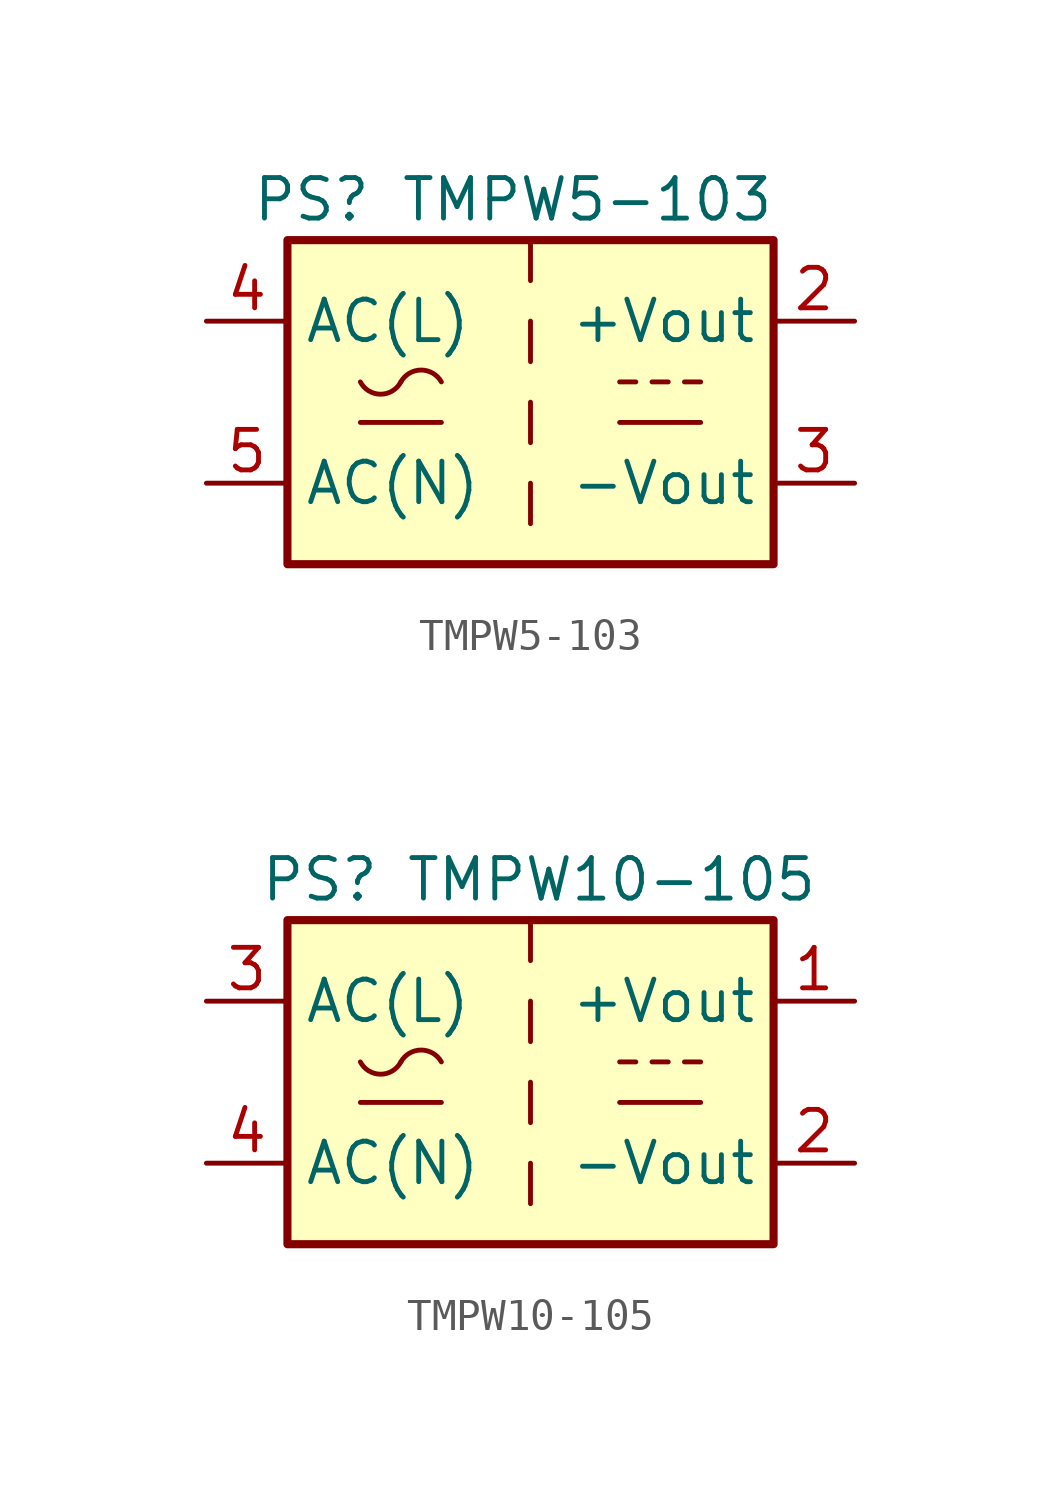
<source format=kicad_sym>
(kicad_symbol_lib
  (version 20241209)
  (generator "kicad_symbol_editor")
  (generator_version "9.0")
  (symbol "TMPW5-103"
    (property "Reference" "PS"
      (at -6.858 6.35 0)
      (effects (font (size 1.27 1.27))))
    (property "Value" "TMPW5-103"
      (at 1.778 6.35 0)
      (effects (font (size 1.27 1.27))))
    (symbol "TMPW5-103_0_1"
      (rectangle (start -7.62 5.08) (end 7.62 -5.08) (stroke (width 0.254) (type default)) (fill (type background)))
      (polyline (pts (xy -5.334 -0.635) (xy -2.794 -0.635)) (stroke (width 0) (type default)) (fill (type none)))
      (arc (start -4.064 0.635) (mid -4.699 0.2495) (end -5.334 0.635) (stroke (width 0) (type default)) (fill (type none)))
      (arc (start -4.064 0.635) (mid -3.429 1.0072) (end -2.794 0.635) (stroke (width 0) (type default)) (fill (type none)))
      (polyline (pts (xy 0 5.08) (xy 0 3.81)) (stroke (width 0) (type default)) (fill (type none)))
      (polyline (pts (xy 0 2.54) (xy 0 1.27)) (stroke (width 0) (type default)) (fill (type none)))
      (polyline (pts (xy 0 0) (xy 0 -1.27)) (stroke (width 0) (type default)) (fill (type none)))
      (polyline (pts (xy 0 -2.54) (xy 0 -3.81)) (stroke (width 0) (type default)) (fill (type none)))
      (polyline (pts (xy 2.794 0.635) (xy 3.302 0.635)) (stroke (width 0) (type default)) (fill (type none)))
      (polyline (pts (xy 2.794 -0.635) (xy 5.334 -0.635)) (stroke (width 0) (type default)) (fill (type none)))
      (polyline (pts (xy 3.81 0.635) (xy 4.318 0.635)) (stroke (width 0) (type default)) (fill (type none)))
      (polyline (pts (xy 4.826 0.635) (xy 5.334 0.635)) (stroke (width 0) (type default)) (fill (type none))))
    (symbol "TMPW5-103_1_1"
      (pin power_in line (at -10.16 2.54 0) (length 2.54) (name "AC(L)" (effects (font (size 1.27 1.27)))) (number "4" (effects (font (size 1.27 1.27)))))
      (pin power_in line (at -10.16 -2.54 0) (length 2.54) (name "AC(N)" (effects (font (size 1.27 1.27)))) (number "5" (effects (font (size 1.27 1.27)))))
      (pin no_connect line (at 0 -5.08 90) (length 2.54) (hide yes) (name "NC" (effects (font (size 1.27 1.27)))) (number "1" (effects (font (size 1.27 1.27)))))
      (pin power_out line (at 10.16 2.54 180) (length 2.54) (name "+Vout" (effects (font (size 1.27 1.27)))) (number "2" (effects (font (size 1.27 1.27)))))
      (pin power_out line (at 10.16 -2.54 180) (length 2.54) (name "-Vout" (effects (font (size 1.27 1.27)))) (number "3" (effects (font (size 1.27 1.27)))))))
  (symbol "TMPW10-105"
    (property "Reference" "PS"
      (at -6.604 6.35 0)
      (effects (font (size 1.27 1.27))))
    (property "Value" "TMPW10-105"
      (at 2.54 6.35 0)
      (effects (font (size 1.27 1.27))))
    (symbol "TMPW10-105_1_1"
      (rectangle (start -7.62 5.08) (end 7.62 -5.08) (stroke (width 0.254) (type default)) (fill (type background)))
      (polyline (pts (xy -5.334 -0.635) (xy -2.794 -0.635)) (stroke (width 0) (type default)) (fill (type none)))
      (arc (start -4.064 0.635) (mid -4.699 0.2495) (end -5.334 0.635) (stroke (width 0) (type default)) (fill (type none)))
      (arc (start -4.064 0.635) (mid -3.429 1.0072) (end -2.794 0.635) (stroke (width 0) (type default)) (fill (type none)))
      (polyline (pts (xy 0 5.08) (xy 0 3.81)) (stroke (width 0) (type default)) (fill (type none)))
      (polyline (pts (xy 0 2.54) (xy 0 1.27)) (stroke (width 0) (type default)) (fill (type none)))
      (polyline (pts (xy 0 0) (xy 0 -1.27)) (stroke (width 0) (type default)) (fill (type none)))
      (polyline (pts (xy 0 -2.54) (xy 0 -3.81)) (stroke (width 0) (type default)) (fill (type none)))
      (polyline (pts (xy 2.794 0.635) (xy 3.302 0.635)) (stroke (width 0) (type default)) (fill (type none)))
      (polyline (pts (xy 2.794 -0.635) (xy 5.334 -0.635)) (stroke (width 0) (type default)) (fill (type none)))
      (polyline (pts (xy 3.81 0.635) (xy 4.318 0.635)) (stroke (width 0) (type default)) (fill (type none)))
      (polyline (pts (xy 4.826 0.635) (xy 5.334 0.635)) (stroke (width 0) (type default)) (fill (type none)))
      (pin power_in line (at -10.16 2.54 0) (length 2.54) (name "AC(L)" (effects (font (size 1.27 1.27)))) (number "3" (effects (font (size 1.27 1.27)))))
      (pin power_in line (at -10.16 -2.54 0) (length 2.54) (name "AC(N)" (effects (font (size 1.27 1.27)))) (number "4" (effects (font (size 1.27 1.27)))))
      (pin no_connect line (at 0 -5.08 90) (length 2.54) (hide yes) (name "NC" (effects (font (size 1.27 1.27)))) (number "5" (effects (font (size 1.27 1.27)))))
      (pin power_out line (at 10.16 2.54 180) (length 2.54) (name "+Vout" (effects (font (size 1.27 1.27)))) (number "1" (effects (font (size 1.27 1.27)))))
      (pin power_out line (at 10.16 -2.54 180) (length 2.54) (name "-Vout" (effects (font (size 1.27 1.27)))) (number "2" (effects (font (size 1.27 1.27))))))))
</source>
